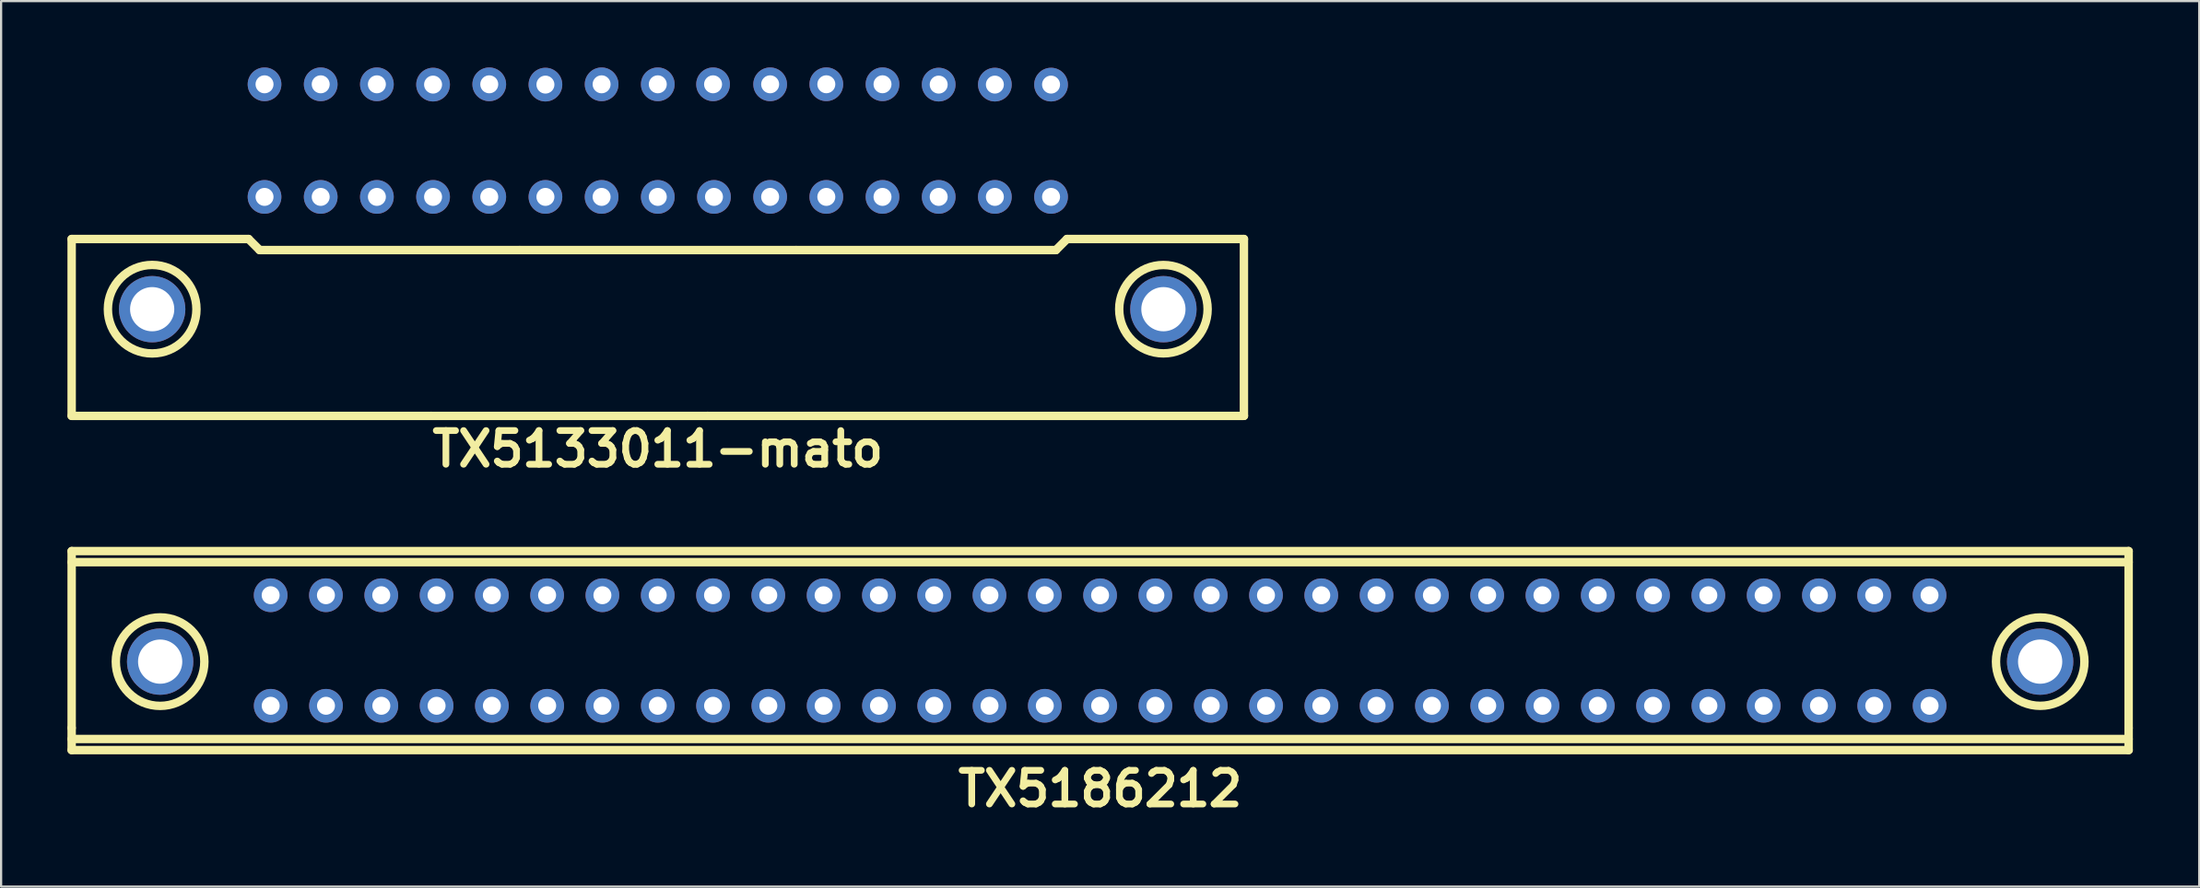
<source format=kicad_pcb>
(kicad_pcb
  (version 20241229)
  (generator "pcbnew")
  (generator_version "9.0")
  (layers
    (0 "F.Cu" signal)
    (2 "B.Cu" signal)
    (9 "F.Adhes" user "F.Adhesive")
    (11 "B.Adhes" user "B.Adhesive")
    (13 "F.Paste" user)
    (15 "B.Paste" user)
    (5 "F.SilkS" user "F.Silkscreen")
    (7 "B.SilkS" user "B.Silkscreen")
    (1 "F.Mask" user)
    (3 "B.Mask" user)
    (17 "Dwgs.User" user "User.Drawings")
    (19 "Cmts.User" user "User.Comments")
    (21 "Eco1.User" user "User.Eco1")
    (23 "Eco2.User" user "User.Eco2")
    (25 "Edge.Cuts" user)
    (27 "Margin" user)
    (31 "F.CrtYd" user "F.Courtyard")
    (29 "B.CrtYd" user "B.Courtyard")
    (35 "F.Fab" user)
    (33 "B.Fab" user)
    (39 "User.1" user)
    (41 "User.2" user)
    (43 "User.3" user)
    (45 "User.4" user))
  (footprint "TX5186212"
    (layer "F.Cu")
    (at 46.69 26.38)
    (property "Reference" "TX5186212" (at 0 6.251 0) (layer "F.SilkS") (effects (font (size 1.524 1.524) (thickness 0.305))))
    (attr through_hole)
    (fp_line (start -46.5 -4.501) (end 46.5 -4.501) (stroke (width 0.381) (type solid)) (layer "F.SilkS"))
    (fp_line (start -46.5 -4) (end 46.5 -4) (stroke (width 0.381) (type solid)) (layer "F.SilkS"))
    (fp_line (start -46.5 3.5) (end -46.5 -4.501) (stroke (width 0.381) (type solid)) (layer "F.SilkS"))
    (fp_line (start -46.5 4.501) (end -46.5 3.5) (stroke (width 0.381) (type solid)) (layer "F.SilkS"))
    (fp_line (start 46.5 -4.501) (end 46.5 3.5) (stroke (width 0.381) (type solid)) (layer "F.SilkS"))
    (fp_line (start 46.5 3.5) (end 46.5 4.501) (stroke (width 0.381) (type solid)) (layer "F.SilkS"))
    (fp_line (start 46.5 4) (end -46.5 4) (stroke (width 0.381) (type solid)) (layer "F.SilkS"))
    (fp_line (start 46.5 4.501) (end -46.5 4.501) (stroke (width 0.381) (type solid)) (layer "F.SilkS"))
    (fp_circle (center -42.502 0.5) (end -40.5 0.5) (stroke (width 0.381) (type solid)) (fill no) (layer "F.SilkS"))
    (fp_circle (center 42.502 0.5) (end 44.501 0.5) (stroke (width 0.381) (type solid)) (fill no) (layer "F.SilkS"))
    (pad "" thru_hole circle (at -42.499 0.5) (size 3 3) (drill 1.999) (layers "*.Cu" "*.Mask"))
    (pad "" thru_hole circle (at 42.499 0.5) (size 3 3) (drill 1.999) (layers "*.Cu" "*.Mask"))
    (pad "1" thru_hole circle (at -37.501 2.497 180) (size 1.524 1.524) (drill 0.813) (layers "*.Cu" "*.Mask"))
    (pad "2" thru_hole circle (at -37.503 -2.504 180) (size 1.524 1.524) (drill 0.813) (layers "*.Cu" "*.Mask"))
    (pad "3" thru_hole circle (at -35.001 2.497 180) (size 1.524 1.524) (drill 0.813) (layers "*.Cu" "*.Mask"))
    (pad "4" thru_hole circle (at -35.004 -2.504 180) (size 1.524 1.524) (drill 0.813) (layers "*.Cu" "*.Mask"))
    (pad "5" thru_hole circle (at -32.499 2.497 180) (size 1.524 1.524) (drill 0.813) (layers "*.Cu" "*.Mask"))
    (pad "6" thru_hole circle (at -32.502 -2.504 180) (size 1.524 1.524) (drill 0.813) (layers "*.Cu" "*.Mask"))
    (pad "7" thru_hole circle (at -30 2.497 180) (size 1.524 1.524) (drill 0.813) (layers "*.Cu" "*.Mask"))
    (pad "8" thru_hole circle (at -30.002 -2.504 180) (size 1.524 1.524) (drill 0.813) (layers "*.Cu" "*.Mask"))
    (pad "9" thru_hole circle (at -27.501 2.497 180) (size 1.524 1.524) (drill 0.813) (layers "*.Cu" "*.Mask"))
    (pad "10" thru_hole circle (at -27.503 -2.504 180) (size 1.524 1.524) (drill 0.813) (layers "*.Cu" "*.Mask"))
    (pad "11" thru_hole circle (at -25.001 2.497 180) (size 1.524 1.524) (drill 0.813) (layers "*.Cu" "*.Mask"))
    (pad "12" thru_hole circle (at -25.004 -2.504 180) (size 1.524 1.524) (drill 0.813) (layers "*.Cu" "*.Mask"))
    (pad "13" thru_hole circle (at -22.502 2.497 180) (size 1.524 1.524) (drill 0.813) (layers "*.Cu" "*.Mask"))
    (pad "14" thru_hole circle (at -22.504 -2.504 180) (size 1.524 1.524) (drill 0.813) (layers "*.Cu" "*.Mask"))
    (pad "15" thru_hole circle (at -20 2.497 180) (size 1.524 1.524) (drill 0.813) (layers "*.Cu" "*.Mask"))
    (pad "16" thru_hole circle (at -20.003 -2.504 180) (size 1.524 1.524) (drill 0.813) (layers "*.Cu" "*.Mask"))
    (pad "17" thru_hole circle (at -17.501 2.497 180) (size 1.524 1.524) (drill 0.813) (layers "*.Cu" "*.Mask"))
    (pad "18" thru_hole circle (at -17.503 -2.504 180) (size 1.524 1.524) (drill 0.813) (layers "*.Cu" "*.Mask"))
    (pad "19" thru_hole circle (at -15.001 2.497 180) (size 1.524 1.524) (drill 0.813) (layers "*.Cu" "*.Mask"))
    (pad "20" thru_hole circle (at -15.004 -2.504 180) (size 1.524 1.524) (drill 0.813) (layers "*.Cu" "*.Mask"))
    (pad "21" thru_hole circle (at -12.502 2.497 180) (size 1.524 1.524) (drill 0.813) (layers "*.Cu" "*.Mask"))
    (pad "22" thru_hole circle (at -12.504 -2.502 180) (size 1.524 1.524) (drill 0.813) (layers "*.Cu" "*.Mask"))
    (pad "23" thru_hole circle (at -10 2.497 180) (size 1.524 1.524) (drill 0.813) (layers "*.Cu" "*.Mask"))
    (pad "24" thru_hole circle (at -10.003 -2.502 180) (size 1.524 1.524) (drill 0.813) (layers "*.Cu" "*.Mask"))
    (pad "25" thru_hole circle (at -7.501 2.497 180) (size 1.524 1.524) (drill 0.813) (layers "*.Cu" "*.Mask"))
    (pad "26" thru_hole circle (at -7.503 -2.502 180) (size 1.524 1.524) (drill 0.813) (layers "*.Cu" "*.Mask"))
    (pad "27" thru_hole circle (at -5.001 2.497 180) (size 1.524 1.524) (drill 0.813) (layers "*.Cu" "*.Mask"))
    (pad "28" thru_hole circle (at -5.004 -2.502 180) (size 1.524 1.524) (drill 0.813) (layers "*.Cu" "*.Mask"))
    (pad "29" thru_hole circle (at -2.502 2.497 180) (size 1.524 1.524) (drill 0.813) (layers "*.Cu" "*.Mask"))
    (pad "30" thru_hole circle (at -2.504 -2.502 180) (size 1.524 1.524) (drill 0.813) (layers "*.Cu" "*.Mask"))
    (pad "31" thru_hole circle (at 0 2.497 180) (size 1.524 1.524) (drill 0.813) (layers "*.Cu" "*.Mask"))
    (pad "32" thru_hole circle (at -0.003 -2.502 180) (size 1.524 1.524) (drill 0.813) (layers "*.Cu" "*.Mask"))
    (pad "33" thru_hole circle (at 2.499 2.497 180) (size 1.524 1.524) (drill 0.813) (layers "*.Cu" "*.Mask"))
    (pad "34" thru_hole circle (at 2.497 -2.502 180) (size 1.524 1.524) (drill 0.813) (layers "*.Cu" "*.Mask"))
    (pad "35" thru_hole circle (at 5.001 2.497 180) (size 1.524 1.524) (drill 0.813) (layers "*.Cu" "*.Mask"))
    (pad "36" thru_hole circle (at 4.999 -2.502 180) (size 1.524 1.524) (drill 0.813) (layers "*.Cu" "*.Mask"))
    (pad "37" thru_hole circle (at 7.501 2.497 180) (size 1.524 1.524) (drill 0.813) (layers "*.Cu" "*.Mask"))
    (pad "38" thru_hole circle (at 7.498 -2.502 180) (size 1.524 1.524) (drill 0.813) (layers "*.Cu" "*.Mask"))
    (pad "39" thru_hole circle (at 10 2.497 180) (size 1.524 1.524) (drill 0.813) (layers "*.Cu" "*.Mask"))
    (pad "40" thru_hole circle (at 9.997 -2.502 180) (size 1.524 1.524) (drill 0.813) (layers "*.Cu" "*.Mask"))
    (pad "41" thru_hole circle (at 12.499 2.497 180) (size 1.524 1.524) (drill 0.813) (layers "*.Cu" "*.Mask"))
    (pad "42" thru_hole circle (at 12.497 -2.502 180) (size 1.524 1.524) (drill 0.813) (layers "*.Cu" "*.Mask"))
    (pad "43" thru_hole circle (at 15.001 2.497 180) (size 1.524 1.524) (drill 0.813) (layers "*.Cu" "*.Mask"))
    (pad "44" thru_hole circle (at 14.999 -2.502 180) (size 1.524 1.524) (drill 0.813) (layers "*.Cu" "*.Mask"))
    (pad "45" thru_hole circle (at 17.501 2.497 180) (size 1.524 1.524) (drill 0.813) (layers "*.Cu" "*.Mask"))
    (pad "46" thru_hole circle (at 17.498 -2.502 180) (size 1.524 1.524) (drill 0.813) (layers "*.Cu" "*.Mask"))
    (pad "47" thru_hole circle (at 20 2.497 180) (size 1.524 1.524) (drill 0.813) (layers "*.Cu" "*.Mask"))
    (pad "48" thru_hole circle (at 19.997 -2.502 180) (size 1.524 1.524) (drill 0.813) (layers "*.Cu" "*.Mask"))
    (pad "49" thru_hole circle (at 22.499 2.497 180) (size 1.524 1.524) (drill 0.813) (layers "*.Cu" "*.Mask"))
    (pad "50" thru_hole circle (at 22.497 -2.502 180) (size 1.524 1.524) (drill 0.813) (layers "*.Cu" "*.Mask"))
    (pad "51" thru_hole circle (at 24.999 2.497 180) (size 1.524 1.524) (drill 0.813) (layers "*.Cu" "*.Mask"))
    (pad "52" thru_hole circle (at 24.996 -2.502 180) (size 1.524 1.524) (drill 0.813) (layers "*.Cu" "*.Mask"))
    (pad "53" thru_hole circle (at 27.501 2.497 180) (size 1.524 1.524) (drill 0.813) (layers "*.Cu" "*.Mask"))
    (pad "54" thru_hole circle (at 27.498 -2.502 180) (size 1.524 1.524) (drill 0.813) (layers "*.Cu" "*.Mask"))
    (pad "55" thru_hole circle (at 30 2.497 180) (size 1.524 1.524) (drill 0.813) (layers "*.Cu" "*.Mask"))
    (pad "56" thru_hole circle (at 29.997 -2.502 180) (size 1.524 1.524) (drill 0.813) (layers "*.Cu" "*.Mask"))
    (pad "57" thru_hole circle (at 32.499 2.497 180) (size 1.524 1.524) (drill 0.813) (layers "*.Cu" "*.Mask"))
    (pad "58" thru_hole circle (at 32.497 -2.502 180) (size 1.524 1.524) (drill 0.813) (layers "*.Cu" "*.Mask"))
    (pad "59" thru_hole circle (at 34.999 2.497 180) (size 1.524 1.524) (drill 0.813) (layers "*.Cu" "*.Mask"))
    (pad "60" thru_hole circle (at 34.996 -2.502 180) (size 1.524 1.524) (drill 0.813) (layers "*.Cu" "*.Mask"))
    (pad "61" thru_hole circle (at 37.501 2.497 180) (size 1.524 1.524) (drill 0.813) (layers "*.Cu" "*.Mask"))
    (pad "62" thru_hole circle (at 37.498 -2.502 180) (size 1.524 1.524) (drill 0.813) (layers "*.Cu" "*.Mask")))
  (footprint "TX5133011-mato"
    (layer "F.Cu")
    (at 26.69 5.857)
    (property "Reference" "TX5133011-mato" (at 0 11.405 0) (layer "F.SilkS") (effects (font (size 1.524 1.524) (thickness 0.305))))
    (attr through_hole)
    (fp_line (start -26.5 1.905) (end -18.501 1.905) (stroke (width 0.381) (type solid)) (layer "F.SilkS"))
    (fp_line (start -26.5 9.906) (end -26.5 1.905) (stroke (width 0.381) (type solid)) (layer "F.SilkS"))
    (fp_line (start -18.501 1.905) (end -18.001 2.405) (stroke (width 0.381) (type solid)) (layer "F.SilkS"))
    (fp_line (start -18.001 2.405) (end -6.251 2.405) (stroke (width 0.381) (type solid)) (layer "F.SilkS"))
    (fp_line (start -10.249 9.906) (end -26.497 9.906) (stroke (width 0.381) (type solid)) (layer "F.SilkS"))
    (fp_line (start -6.251 2.405) (end 6.251 2.405) (stroke (width 0.381) (type solid)) (layer "F.SilkS"))
    (fp_line (start 2.25 9.906) (end -10.249 9.906) (stroke (width 0.381) (type solid)) (layer "F.SilkS"))
    (fp_line (start 18.001 2.405) (end 6.251 2.405) (stroke (width 0.381) (type solid)) (layer "F.SilkS"))
    (fp_line (start 18.501 1.905) (end 18.001 2.405) (stroke (width 0.381) (type solid)) (layer "F.SilkS"))
    (fp_line (start 26.5 1.905) (end 18.501 1.905) (stroke (width 0.381) (type solid)) (layer "F.SilkS"))
    (fp_line (start 26.5 1.905) (end 26.5 9.906) (stroke (width 0.381) (type solid)) (layer "F.SilkS"))
    (fp_line (start 26.5 9.906) (end 2.25 9.906) (stroke (width 0.381) (type solid)) (layer "F.SilkS"))
    (fp_circle (center -22.86 5.08) (end -20.858 5.08) (stroke (width 0.381) (type solid)) (fill no) (layer "F.SilkS"))
    (fp_circle (center 22.86 5.08) (end 24.859 5.08) (stroke (width 0.381) (type solid)) (fill no) (layer "F.SilkS"))
    (pad "" thru_hole circle (at -22.86 5.08) (size 3 3) (drill 1.999) (layers "*.Cu" "*.Mask"))
    (pad "" thru_hole circle (at 22.86 5.08) (size 3 3) (drill 1.999) (layers "*.Cu" "*.Mask"))
    (pad "1" thru_hole circle (at 17.78 0) (size 1.524 1.524) (drill 0.813) (layers "*.Cu" "*.Mask"))
    (pad "2" thru_hole circle (at 17.78 -5.08) (size 1.524 1.524) (drill 0.813) (layers "*.Cu" "*.Mask"))
    (pad "3" thru_hole circle (at 15.24 0) (size 1.524 1.524) (drill 0.813) (layers "*.Cu" "*.Mask"))
    (pad "4" thru_hole circle (at 15.24 -5.08) (size 1.524 1.524) (drill 0.813) (layers "*.Cu" "*.Mask"))
    (pad "5" thru_hole circle (at 12.7 0) (size 1.524 1.524) (drill 0.813) (layers "*.Cu" "*.Mask"))
    (pad "6" thru_hole circle (at 12.7 -5.08) (size 1.524 1.524) (drill 0.813) (layers "*.Cu" "*.Mask"))
    (pad "7" thru_hole circle (at 10.16 0) (size 1.524 1.524) (drill 0.813) (layers "*.Cu" "*.Mask"))
    (pad "8" thru_hole circle (at 10.16 -5.095) (size 1.524 1.524) (drill 0.813) (layers "*.Cu" "*.Mask"))
    (pad "9" thru_hole circle (at 7.62 0) (size 1.524 1.524) (drill 0.813) (layers "*.Cu" "*.Mask"))
    (pad "10" thru_hole circle (at 7.62 -5.095) (size 1.524 1.524) (drill 0.813) (layers "*.Cu" "*.Mask"))
    (pad "11" thru_hole circle (at 5.08 0) (size 1.524 1.524) (drill 0.813) (layers "*.Cu" "*.Mask"))
    (pad "12" thru_hole circle (at 5.08 -5.093) (size 1.524 1.524) (drill 0.813) (layers "*.Cu" "*.Mask"))
    (pad "13" thru_hole circle (at 2.54 0) (size 1.524 1.524) (drill 0.813) (layers "*.Cu" "*.Mask"))
    (pad "14" thru_hole circle (at 2.499 -5.093) (size 1.524 1.524) (drill 0.813) (layers "*.Cu" "*.Mask"))
    (pad "15" thru_hole circle (at 0 0) (size 1.524 1.524) (drill 0.813) (layers "*.Cu" "*.Mask"))
    (pad "16" thru_hole circle (at 0 -5.093) (size 1.524 1.524) (drill 0.813) (layers "*.Cu" "*.Mask"))
    (pad "17" thru_hole circle (at -2.54 0) (size 1.524 1.524) (drill 0.813) (layers "*.Cu" "*.Mask"))
    (pad "18" thru_hole circle (at -2.54 -5.093) (size 1.524 1.524) (drill 0.813) (layers "*.Cu" "*.Mask"))
    (pad "19" thru_hole circle (at -5.08 0) (size 1.524 1.524) (drill 0.813) (layers "*.Cu" "*.Mask"))
    (pad "20" thru_hole circle (at -5.08 -5.08) (size 1.524 1.524) (drill 0.813) (layers "*.Cu" "*.Mask"))
    (pad "21" thru_hole circle (at -7.62 0) (size 1.524 1.524) (drill 0.813) (layers "*.Cu" "*.Mask"))
    (pad "22" thru_hole circle (at -7.62 -5.093) (size 1.524 1.524) (drill 0.813) (layers "*.Cu" "*.Mask"))
    (pad "23" thru_hole circle (at -10.16 0) (size 1.524 1.524) (drill 0.813) (layers "*.Cu" "*.Mask"))
    (pad "24" thru_hole circle (at -10.16 -5.08) (size 1.524 1.524) (drill 0.813) (layers "*.Cu" "*.Mask"))
    (pad "25" thru_hole circle (at -12.7 0) (size 1.524 1.524) (drill 0.813) (layers "*.Cu" "*.Mask"))
    (pad "26" thru_hole circle (at -12.7 -5.093) (size 1.524 1.524) (drill 0.813) (layers "*.Cu" "*.Mask"))
    (pad "27" thru_hole circle (at -15.24 0) (size 1.524 1.524) (drill 0.813) (layers "*.Cu" "*.Mask"))
    (pad "28" thru_hole circle (at -15.24 -5.093) (size 1.524 1.524) (drill 0.813) (layers "*.Cu" "*.Mask"))
    (pad "29" thru_hole circle (at -17.78 0) (size 1.524 1.524) (drill 0.813) (layers "*.Cu" "*.Mask"))
    (pad "30" thru_hole circle (at -17.78 -5.093) (size 1.524 1.524) (drill 0.813) (layers "*.Cu" "*.Mask")))
  (gr_rect
    (start -3 -3)
    (end 96.381 37.057)
    (stroke (width 0.1) (type default))
    (fill no)
    (layer "Edge.Cuts")))
</source>
